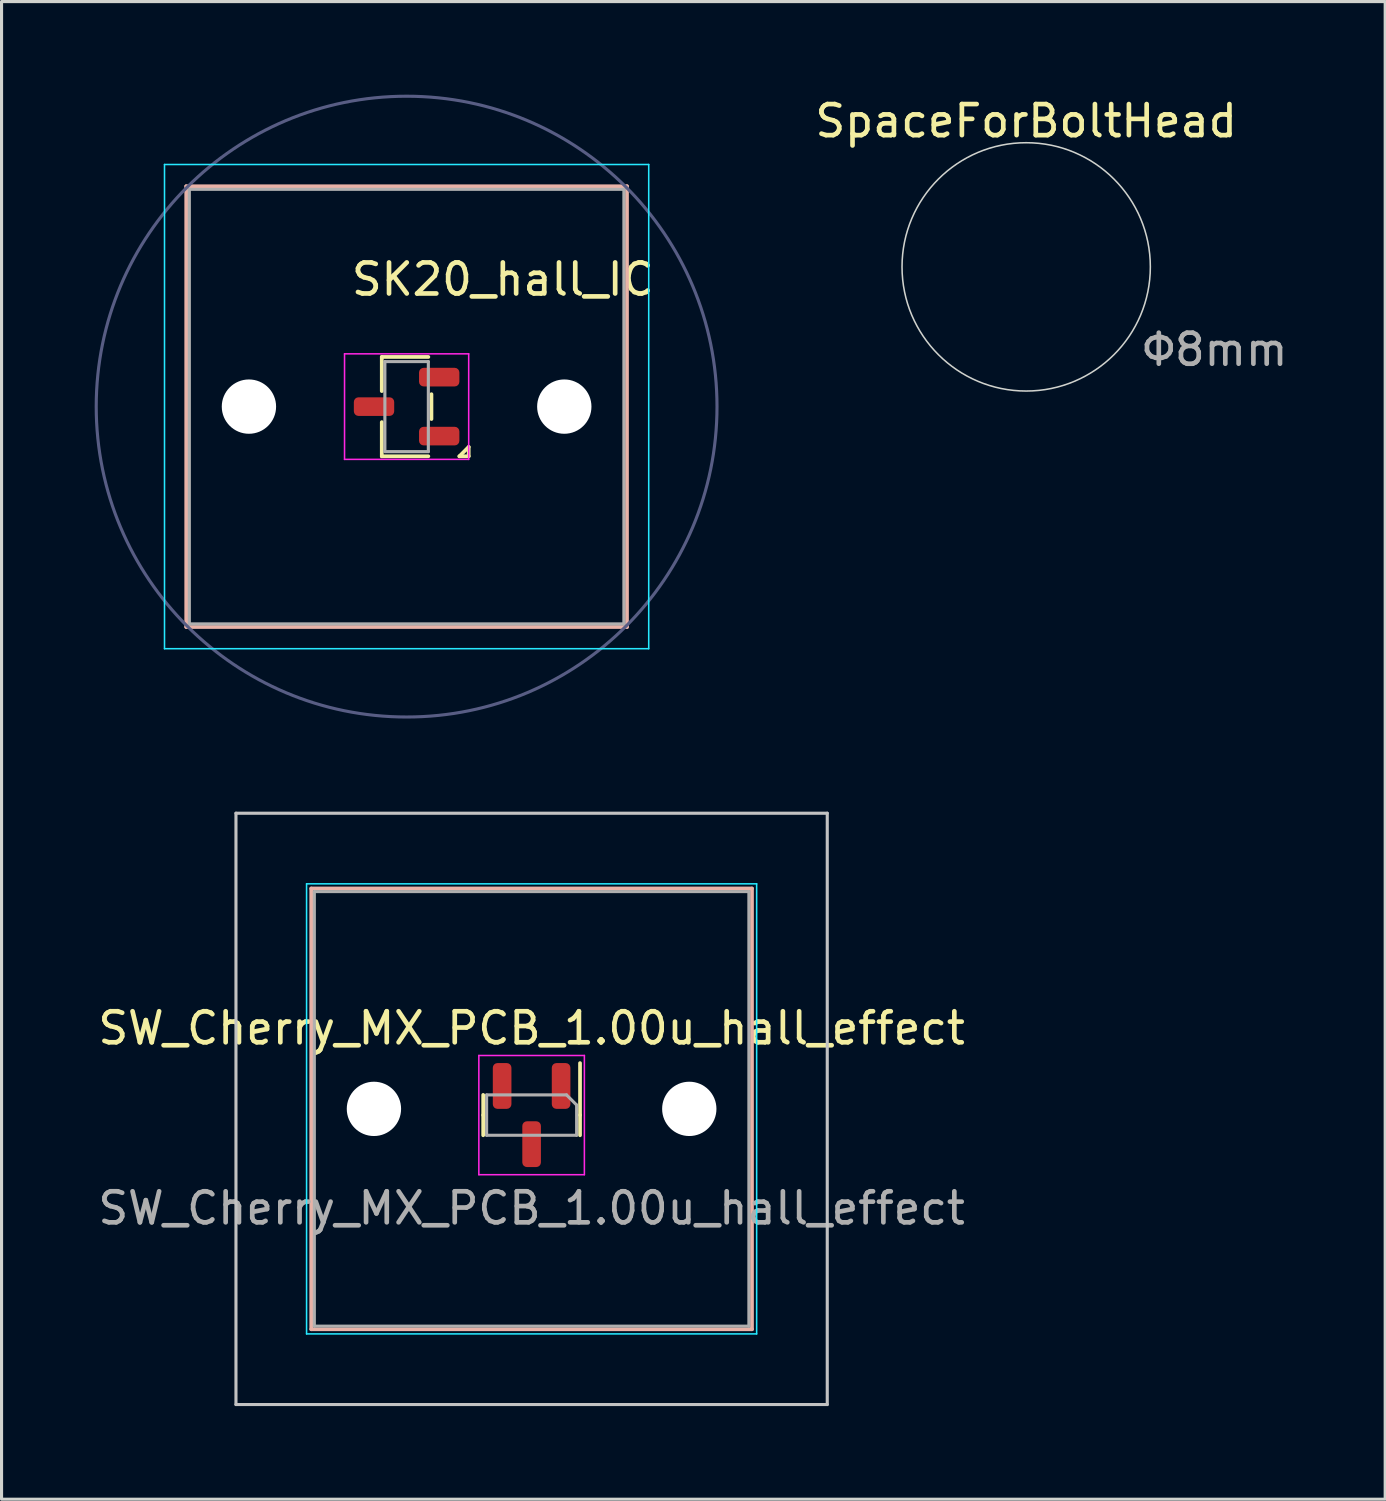
<source format=kicad_pcb>
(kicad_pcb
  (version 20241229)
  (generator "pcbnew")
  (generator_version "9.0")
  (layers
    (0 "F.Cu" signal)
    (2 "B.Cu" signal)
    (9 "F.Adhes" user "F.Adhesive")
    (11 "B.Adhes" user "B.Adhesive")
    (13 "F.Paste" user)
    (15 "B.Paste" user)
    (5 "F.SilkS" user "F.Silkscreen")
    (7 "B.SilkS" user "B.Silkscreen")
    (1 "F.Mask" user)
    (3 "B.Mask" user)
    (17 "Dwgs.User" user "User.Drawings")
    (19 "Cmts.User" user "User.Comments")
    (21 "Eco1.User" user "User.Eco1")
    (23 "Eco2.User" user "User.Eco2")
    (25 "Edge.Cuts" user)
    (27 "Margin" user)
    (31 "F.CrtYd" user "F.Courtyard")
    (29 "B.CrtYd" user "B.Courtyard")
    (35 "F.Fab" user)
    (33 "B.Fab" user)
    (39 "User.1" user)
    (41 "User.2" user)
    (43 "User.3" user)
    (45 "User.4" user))
  (footprint "SpaceForBoltHead"
    (layer "F.Cu")
    (at 30.011 5.548)
    (property "Reference" "SpaceForBoltHead" (at 0 -4.7 0) (layer "F.SilkS") (effects (font (size 1 1) (thickness 0.15))))
    (attr through_hole exclude_from_pos_files exclude_from_bom)
    (fp_circle (center 0 0) (end 4 0) (stroke (width 0.05) (type default)) (fill no) (layer "Edge.Cuts"))
    (fp_text user "Φ8mm" (at 3.65 3.25 0) (unlocked yes) (layer "F.Fab") (effects (font (size 1 1) (thickness 0.15)) (justify left bottom))))
  (footprint "SK20_hall_IC"
    (layer "F.Cu")
    (at 10.05 10.05)
    (property "Reference" "SK20_hall_IC" (at 3.1 -4.1 0) (layer "F.SilkS") (effects (font (size 1 1) (thickness 0.15))))
    (attr through_hole)
    (fp_line (start -0.8 -1.6) (end -0.8 -0.5) (stroke (width 0.12) (type solid)) (layer "F.SilkS"))
    (fp_line (start -0.8 -1.6) (end 0.7 -1.6) (stroke (width 0.12) (type solid)) (layer "F.SilkS"))
    (fp_line (start -0.8 1.6) (end -0.8 0.5) (stroke (width 0.12) (type solid)) (layer "F.SilkS"))
    (fp_line (start 0.7 1.6) (end -0.8 1.6) (stroke (width 0.12) (type solid)) (layer "F.SilkS"))
    (fp_line (start 0.8 -0.4) (end 0.8 0.4) (stroke (width 0.12) (type solid)) (layer "F.SilkS"))
    (fp_line (start 1.7 1.6) (end 2 1.3) (stroke (width 0.12) (type solid)) (layer "F.SilkS"))
    (fp_line (start 2 1.3) (end 2 1.6) (stroke (width 0.12) (type solid)) (layer "F.SilkS"))
    (fp_line (start 2 1.6) (end 1.7 1.6) (stroke (width 0.12) (type solid)) (layer "F.SilkS"))
    (fp_line (start -7.1 -7.1) (end -7.1 7.1) (stroke (width 0.12) (type solid)) (layer "B.SilkS"))
    (fp_line (start -7.1 7.1) (end 7.1 7.1) (stroke (width 0.12) (type solid)) (layer "B.SilkS"))
    (fp_line (start 7.1 -7.1) (end -7.1 -7.1) (stroke (width 0.12) (type solid)) (layer "B.SilkS"))
    (fp_line (start 7.1 7.1) (end 7.1 -7.1) (stroke (width 0.12) (type solid)) (layer "B.SilkS"))
    (fp_line (start -7.8 -7.8) (end -7.8 7.8) (stroke (width 0.05) (type solid)) (layer "B.CrtYd"))
    (fp_line (start -7.8 7.8) (end 7.8 7.8) (stroke (width 0.05) (type solid)) (layer "B.CrtYd"))
    (fp_line (start 7.8 -7.8) (end -7.8 -7.8) (stroke (width 0.05) (type solid)) (layer "B.CrtYd"))
    (fp_line (start 7.8 7.8) (end 7.8 -7.8) (stroke (width 0.05) (type solid)) (layer "B.CrtYd"))
    (fp_line (start -2 -1.7) (end -2 1.7) (stroke (width 0.05) (type solid)) (layer "F.CrtYd"))
    (fp_line (start -2 1.7) (end 2 1.7) (stroke (width 0.05) (type solid)) (layer "F.CrtYd"))
    (fp_line (start 2 -1.7) (end -2 -1.7) (stroke (width 0.05) (type solid)) (layer "F.CrtYd"))
    (fp_line (start 2 1.7) (end 2 -1.7) (stroke (width 0.05) (type solid)) (layer "F.CrtYd"))
    (fp_circle (center 0 0) (end -10 0) (stroke (width 0.1) (type default)) (fill no) (layer "B.Fab"))
    (fp_line (start -7 -7) (end -7 7) (stroke (width 0.1) (type solid)) (layer "F.Fab"))
    (fp_line (start -7 7) (end 7 7) (stroke (width 0.1) (type solid)) (layer "F.Fab"))
    (fp_line (start -0.7 -1.45) (end 0.7 -1.45) (stroke (width 0.1) (type solid)) (layer "F.Fab"))
    (fp_line (start -0.7 1.45) (end -0.7 -1.45) (stroke (width 0.1) (type solid)) (layer "F.Fab"))
    (fp_line (start 0.7 -1.45) (end 0.7 1.45) (stroke (width 0.1) (type solid)) (layer "F.Fab"))
    (fp_line (start 0.7 1.45) (end -0.7 1.45) (stroke (width 0.1) (type solid)) (layer "F.Fab"))
    (fp_line (start 7 -7) (end -7 -7) (stroke (width 0.1) (type solid)) (layer "F.Fab"))
    (fp_line (start 7 7) (end 7 -7) (stroke (width 0.1) (type solid)) (layer "F.Fab"))
    (fp_circle (center 0 0) (end 3.6 0) (stroke (width 0.1) (type default)) (fill no) (layer "User.1"))
    (pad "" np_thru_hole circle (at -5.08 0) (size 1.75 1.75) (drill 1.75) (layers "*.Cu" "*.Mask"))
    (pad "" np_thru_hole circle (at 5.08 0) (size 1.75 1.75) (drill 1.75) (layers "*.Cu" "*.Mask"))
    (pad "1" smd roundrect (at 1.05 0.95 180) (size 1.3 0.6) (layers "F.Cu" "F.Mask" "F.Paste") (roundrect_rratio 0.25))
    (pad "2" smd roundrect (at 1.05 -0.95 180) (size 1.3 0.6) (layers "F.Cu" "F.Mask" "F.Paste") (roundrect_rratio 0.25))
    (pad "3" smd roundrect (at -1.05 0 180) (size 1.3 0.6) (layers "F.Cu" "F.Mask" "F.Paste") (roundrect_rratio 0.25))
    (zone (net_name "") (layers "F.Cu" "B.Cu") (name "NO METAL") (hatch edge 0.5) (connect_pads) (min_thickness 0.25) (filled_areas_thickness no) (keepout (tracks allowed) (vias not_allowed) (pads allowed) (copperpour not_allowed) (footprints allowed)) (placement (enabled no)) (fill) (polygon (pts (xy 10.05 13.65) (xy 11.05 13.55) (xy 12.05 13.05) (xy 13.05 12.05) (xy 13.55 11.05) (xy 13.65 10.05) (xy 13.55 9.05) (xy 13.05 8.05) (xy 12.05 7.05) (xy 11.05 6.55) (xy 10.05 6.45) (xy 9.05 6.55) (xy 8.05 7.05) (xy 7.05 7.95) (xy 6.55 9.05) (xy 6.45 10.05) (xy 6.55 11.05) (xy 7.05 12.05) (xy 8.05 13.05) (xy 9.05 13.55)))))
  (footprint "SW_Cherry_MX_PCB_1.00u_hall_effect"
    (layer "F.Cu")
    (at 14.077 32.675)
    (property "Reference" "SW_Cherry_MX_PCB_1.00u_hall_effect" (at 0 -2.6 0) (layer "F.SilkS") (effects (font (size 1 1) (thickness 0.15))))
    (attr through_hole)
    (fp_line (start -1.56 0.2) (end -1.56 -0.45) (stroke (width 0.12) (type solid)) (layer "F.SilkS"))
    (fp_line (start -1.56 0.2) (end -1.56 0.85) (stroke (width 0.12) (type solid)) (layer "F.SilkS"))
    (fp_line (start 1.56 0.2) (end 1.56 -1.475) (stroke (width 0.12) (type solid)) (layer "F.SilkS"))
    (fp_line (start 1.56 0.2) (end 1.56 0.85) (stroke (width 0.12) (type solid)) (layer "F.SilkS"))
    (fp_line (start -7.1 -7.1) (end -7.1 7.1) (stroke (width 0.12) (type solid)) (layer "B.SilkS"))
    (fp_line (start -7.1 7.1) (end 7.1 7.1) (stroke (width 0.12) (type solid)) (layer "B.SilkS"))
    (fp_line (start 7.1 -7.1) (end -7.1 -7.1) (stroke (width 0.12) (type solid)) (layer "B.SilkS"))
    (fp_line (start 7.1 7.1) (end 7.1 -7.1) (stroke (width 0.12) (type solid)) (layer "B.SilkS"))
    (fp_line (start -9.525 -9.525) (end -9.525 9.525) (stroke (width 0.1) (type solid)) (layer "Dwgs.User"))
    (fp_line (start -9.525 9.525) (end 9.525 9.525) (stroke (width 0.1) (type solid)) (layer "Dwgs.User"))
    (fp_line (start 9.525 -9.525) (end -9.525 -9.525) (stroke (width 0.1) (type solid)) (layer "Dwgs.User"))
    (fp_line (start 9.525 9.525) (end 9.525 -9.525) (stroke (width 0.1) (type solid)) (layer "Dwgs.User"))
    (fp_line (start -7 -7) (end -7 7) (stroke (width 0.1) (type solid)) (layer "Eco1.User"))
    (fp_line (start -7 7) (end 7 7) (stroke (width 0.1) (type solid)) (layer "Eco1.User"))
    (fp_line (start 7 -7) (end -7 -7) (stroke (width 0.1) (type solid)) (layer "Eco1.User"))
    (fp_line (start 7 7) (end 7 -7) (stroke (width 0.1) (type solid)) (layer "Eco1.User"))
    (fp_line (start -7.25 -7.25) (end -7.25 7.25) (stroke (width 0.05) (type solid)) (layer "B.CrtYd"))
    (fp_line (start -7.25 7.25) (end 7.25 7.25) (stroke (width 0.05) (type solid)) (layer "B.CrtYd"))
    (fp_line (start 7.25 -7.25) (end -7.25 -7.25) (stroke (width 0.05) (type solid)) (layer "B.CrtYd"))
    (fp_line (start 7.25 7.25) (end 7.25 -7.25) (stroke (width 0.05) (type solid)) (layer "B.CrtYd"))
    (fp_line (start -1.7 -1.72) (end -1.7 2.12) (stroke (width 0.05) (type solid)) (layer "F.CrtYd"))
    (fp_line (start -1.7 2.12) (end 1.7 2.12) (stroke (width 0.05) (type solid)) (layer "F.CrtYd"))
    (fp_line (start 1.7 -1.72) (end -1.7 -1.72) (stroke (width 0.05) (type solid)) (layer "F.CrtYd"))
    (fp_line (start 1.7 2.12) (end 1.7 -1.72) (stroke (width 0.05) (type solid)) (layer "F.CrtYd"))
    (fp_line (start -7 -7) (end -7 7) (stroke (width 0.1) (type solid)) (layer "F.Fab"))
    (fp_line (start -7 7) (end 7 7) (stroke (width 0.1) (type solid)) (layer "F.Fab"))
    (fp_line (start -1.45 -0.45) (end 1.125 -0.45) (stroke (width 0.1) (type solid)) (layer "F.Fab"))
    (fp_line (start -1.45 0.85) (end -1.45 -0.45) (stroke (width 0.1) (type solid)) (layer "F.Fab"))
    (fp_line (start 1.125 -0.45) (end 1.45 -0.125) (stroke (width 0.1) (type solid)) (layer "F.Fab"))
    (fp_line (start 1.45 -0.125) (end 1.45 0.85) (stroke (width 0.1) (type solid)) (layer "F.Fab"))
    (fp_line (start 1.45 0.85) (end -1.45 0.85) (stroke (width 0.1) (type solid)) (layer "F.Fab"))
    (fp_line (start 7 -7) (end -7 -7) (stroke (width 0.1) (type solid)) (layer "F.Fab"))
    (fp_line (start 7 7) (end 7 -7) (stroke (width 0.1) (type solid)) (layer "F.Fab"))
    (fp_text user "${REFERENCE}" (at 0 3.2 180) (layer "F.Fab") (effects (font (size 1 1) (thickness 0.15))))
    (pad "" np_thru_hole circle (at -5.08 0) (size 1.75 1.75) (drill 1.75) (layers "*.Cu" "*.Mask"))
    (pad "" np_thru_hole circle (at 5.08 0) (size 1.75 1.75) (drill 1.75) (layers "*.Cu" "*.Mask"))
    (pad "1" smd roundrect (at 0.95 -0.738 270) (size 1.475 0.6) (layers "F.Cu" "F.Mask" "F.Paste") (roundrect_rratio 0.25))
    (pad "2" smd roundrect (at -0.95 -0.738 270) (size 1.475 0.6) (layers "F.Cu" "F.Mask" "F.Paste") (roundrect_rratio 0.25))
    (pad "3" smd roundrect (at 0 1.137 270) (size 1.475 0.6) (layers "F.Cu" "F.Mask" "F.Paste") (roundrect_rratio 0.25))
    (zone (net_name "") (layers "F.Cu" "B.Cu" "F.SilkS") (hatch edge 0.508) (connect_pads) (min_thickness 0.254) (filled_areas_thickness no) (keepout (tracks allowed) (vias not_allowed) (pads allowed) (copperpour not_allowed) (footprints allowed)) (placement (enabled no)) (fill) (polygon (pts (xy 17.577 31.175) (xy 17.577 34.675) (xy 16.077 36.175) (xy 12.077 36.175) (xy 10.577 34.675) (xy 10.577 31.175) (xy 12.077 29.675) (xy 16.077 29.675)))))
  (gr_rect
    (start -3 -3)
    (end 41.577 45.25)
    (stroke (width 0.1) (type default))
    (fill no)
    (layer "Edge.Cuts")))
</source>
